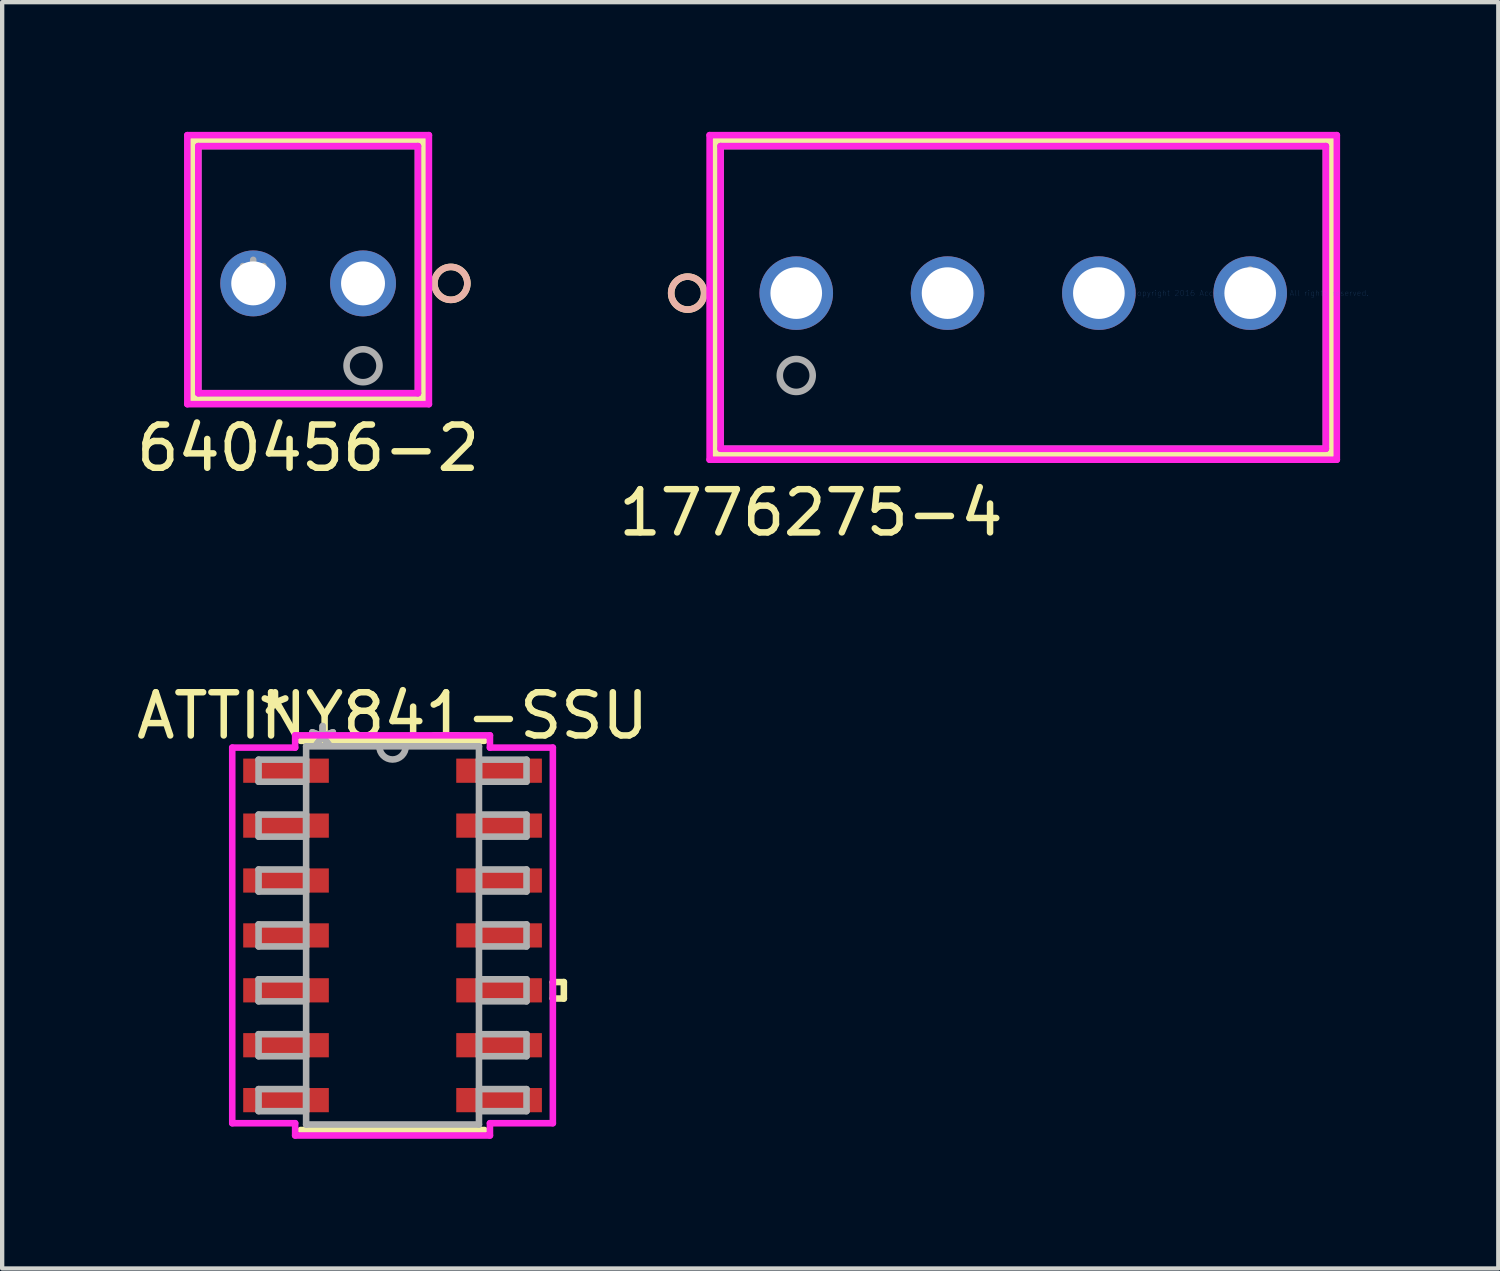
<source format=kicad_pcb>
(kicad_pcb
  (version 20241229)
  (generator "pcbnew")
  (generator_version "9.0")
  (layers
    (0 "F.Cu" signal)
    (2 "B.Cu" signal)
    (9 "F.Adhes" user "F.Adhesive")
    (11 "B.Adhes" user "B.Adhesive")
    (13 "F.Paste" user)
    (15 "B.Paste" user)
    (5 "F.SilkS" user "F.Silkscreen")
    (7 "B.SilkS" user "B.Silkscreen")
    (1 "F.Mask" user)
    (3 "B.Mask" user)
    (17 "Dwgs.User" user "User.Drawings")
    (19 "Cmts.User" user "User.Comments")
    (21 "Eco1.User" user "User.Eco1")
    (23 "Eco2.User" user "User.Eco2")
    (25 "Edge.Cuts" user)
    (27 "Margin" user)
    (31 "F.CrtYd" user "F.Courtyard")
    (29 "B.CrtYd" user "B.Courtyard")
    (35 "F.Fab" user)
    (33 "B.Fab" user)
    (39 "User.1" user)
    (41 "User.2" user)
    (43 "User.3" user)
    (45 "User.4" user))
  (footprint "640456-2"
    (layer "F.Cu")
    (at 2.807 3.505)
    (property "Reference" "640456-2" (at 1.27 3.81 0) (layer "F.SilkS") (effects (font (size 1 1) (thickness 0.15))))
    (attr through_hole)
    (fp_line (start -1.397 -3.302) (end -1.397 2.667) (stroke (width 0.152) (type solid)) (layer "F.SilkS"))
    (fp_line (start -1.397 2.667) (end 3.937 2.667) (stroke (width 0.152) (type solid)) (layer "F.SilkS"))
    (fp_line (start 3.937 -3.302) (end -1.397 -3.302) (stroke (width 0.152) (type solid)) (layer "F.SilkS"))
    (fp_line (start 3.937 2.667) (end 3.937 -3.302) (stroke (width 0.152) (type solid)) (layer "F.SilkS"))
    (fp_circle (center 4.572 0) (end 4.953 0) (stroke (width 0.152) (type solid)) (fill no) (layer "F.SilkS"))
    (fp_circle (center 4.572 0) (end 4.953 0) (stroke (width 0.152) (type solid)) (fill no) (layer "B.SilkS"))
    (fp_line (start -1.524 -3.429) (end -1.524 2.794) (stroke (width 0.152) (type solid)) (layer "F.CrtYd"))
    (fp_line (start -1.524 2.794) (end 4.064 2.794) (stroke (width 0.152) (type solid)) (layer "F.CrtYd"))
    (fp_line (start -1.27 -3.175) (end -1.27 2.54) (stroke (width 0.152) (type solid)) (layer "F.CrtYd"))
    (fp_line (start -1.27 2.54) (end 3.81 2.54) (stroke (width 0.152) (type solid)) (layer "F.CrtYd"))
    (fp_line (start 3.81 -3.175) (end -1.27 -3.175) (stroke (width 0.152) (type solid)) (layer "F.CrtYd"))
    (fp_line (start 3.81 2.54) (end 3.81 -3.175) (stroke (width 0.152) (type solid)) (layer "F.CrtYd"))
    (fp_line (start 4.064 -3.429) (end -1.524 -3.429) (stroke (width 0.152) (type solid)) (layer "F.CrtYd"))
    (fp_line (start 4.064 2.794) (end 4.064 -3.429) (stroke (width 0.152) (type solid)) (layer "F.CrtYd"))
    (fp_line (start -1.27 -3.175) (end -1.27 2.54) (stroke (width 0.152) (type solid)) (layer "F.Fab"))
    (fp_line (start -1.27 2.54) (end 3.81 2.54) (stroke (width 0.152) (type solid)) (layer "F.Fab"))
    (fp_line (start 3.81 -3.175) (end -1.27 -3.175) (stroke (width 0.152) (type solid)) (layer "F.Fab"))
    (fp_line (start 3.81 2.54) (end 3.81 -3.175) (stroke (width 0.152) (type solid)) (layer "F.Fab"))
    (fp_circle (center 2.54 1.905) (end 2.921 1.905) (stroke (width 0.152) (type solid)) (fill no) (layer "F.Fab"))
    (fp_text user "*" (at 0 0 0) (layer "F.Fab") (effects (font (size 1 1) (thickness 0.15))))
    (pad "1" thru_hole circle (at 2.54 0) (size 1.524 1.524) (drill 1.016) (layers "*.Cu" "*.Mask"))
    (pad "2" thru_hole circle (at 0 0) (size 1.524 1.524) (drill 1.016) (layers "*.Cu" "*.Mask")))
  (footprint "ATTINY841-SSU"
    (layer "F.Cu")
    (at 6.03 18.587)
    (property "Reference" "ATTINY841-SSU" (at 0 -5.08 0) (layer "F.SilkS") (effects (font (size 1 1) (thickness 0.15))))
    (attr through_hole)
    (fp_line (start -2.126 4.501) (end 2.126 4.501) (stroke (width 0.152) (type solid)) (layer "F.SilkS"))
    (fp_line (start 2.126 -4.501) (end -2.126 -4.501) (stroke (width 0.152) (type solid)) (layer "F.SilkS"))
    (fp_line (start 3.708 1.079) (end 3.962 1.079) (stroke (width 0.152) (type solid)) (layer "F.SilkS"))
    (fp_line (start 3.708 1.46) (end 3.708 1.079) (stroke (width 0.152) (type solid)) (layer "F.SilkS"))
    (fp_line (start 3.962 1.079) (end 3.962 1.46) (stroke (width 0.152) (type solid)) (layer "F.SilkS"))
    (fp_line (start 3.962 1.46) (end 3.708 1.46) (stroke (width 0.152) (type solid)) (layer "F.SilkS"))
    (fp_line (start -3.708 -4.344) (end -2.253 -4.344) (stroke (width 0.152) (type solid)) (layer "F.CrtYd"))
    (fp_line (start -3.708 4.344) (end -3.708 -4.344) (stroke (width 0.152) (type solid)) (layer "F.CrtYd"))
    (fp_line (start -2.253 -4.628) (end 2.253 -4.628) (stroke (width 0.152) (type solid)) (layer "F.CrtYd"))
    (fp_line (start -2.253 -4.344) (end -2.253 -4.628) (stroke (width 0.152) (type solid)) (layer "F.CrtYd"))
    (fp_line (start -2.253 4.344) (end -3.708 4.344) (stroke (width 0.152) (type solid)) (layer "F.CrtYd"))
    (fp_line (start -2.253 4.628) (end -2.253 4.344) (stroke (width 0.152) (type solid)) (layer "F.CrtYd"))
    (fp_line (start 2.253 -4.628) (end 2.253 -4.344) (stroke (width 0.152) (type solid)) (layer "F.CrtYd"))
    (fp_line (start 2.253 -4.344) (end 3.708 -4.344) (stroke (width 0.152) (type solid)) (layer "F.CrtYd"))
    (fp_line (start 2.253 4.344) (end 2.253 4.628) (stroke (width 0.152) (type solid)) (layer "F.CrtYd"))
    (fp_line (start 2.253 4.628) (end -2.253 4.628) (stroke (width 0.152) (type solid)) (layer "F.CrtYd"))
    (fp_line (start 3.708 -4.344) (end 3.708 4.344) (stroke (width 0.152) (type solid)) (layer "F.CrtYd"))
    (fp_line (start 3.708 4.344) (end 2.253 4.344) (stroke (width 0.152) (type solid)) (layer "F.CrtYd"))
    (fp_line (start -3.099 -4.065) (end -3.099 -3.555) (stroke (width 0.152) (type solid)) (layer "F.Fab"))
    (fp_line (start -3.099 -3.555) (end -1.999 -3.555) (stroke (width 0.152) (type solid)) (layer "F.Fab"))
    (fp_line (start -3.099 -2.795) (end -3.099 -2.285) (stroke (width 0.152) (type solid)) (layer "F.Fab"))
    (fp_line (start -3.099 -2.285) (end -1.999 -2.285) (stroke (width 0.152) (type solid)) (layer "F.Fab"))
    (fp_line (start -3.099 -1.525) (end -3.099 -1.015) (stroke (width 0.152) (type solid)) (layer "F.Fab"))
    (fp_line (start -3.099 -1.015) (end -1.999 -1.015) (stroke (width 0.152) (type solid)) (layer "F.Fab"))
    (fp_line (start -3.099 -0.255) (end -3.099 0.255) (stroke (width 0.152) (type solid)) (layer "F.Fab"))
    (fp_line (start -3.099 0.255) (end -1.999 0.255) (stroke (width 0.152) (type solid)) (layer "F.Fab"))
    (fp_line (start -3.099 1.015) (end -3.099 1.525) (stroke (width 0.152) (type solid)) (layer "F.Fab"))
    (fp_line (start -3.099 1.525) (end -1.999 1.525) (stroke (width 0.152) (type solid)) (layer "F.Fab"))
    (fp_line (start -3.099 2.285) (end -3.099 2.795) (stroke (width 0.152) (type solid)) (layer "F.Fab"))
    (fp_line (start -3.099 2.795) (end -1.999 2.795) (stroke (width 0.152) (type solid)) (layer "F.Fab"))
    (fp_line (start -3.099 3.555) (end -3.099 4.065) (stroke (width 0.152) (type solid)) (layer "F.Fab"))
    (fp_line (start -3.099 4.065) (end -1.999 4.065) (stroke (width 0.152) (type solid)) (layer "F.Fab"))
    (fp_line (start -1.999 -4.374) (end -1.999 4.374) (stroke (width 0.152) (type solid)) (layer "F.Fab"))
    (fp_line (start -1.999 -4.065) (end -3.099 -4.065) (stroke (width 0.152) (type solid)) (layer "F.Fab"))
    (fp_line (start -1.999 -3.555) (end -1.999 -4.065) (stroke (width 0.152) (type solid)) (layer "F.Fab"))
    (fp_line (start -1.999 -2.795) (end -3.099 -2.795) (stroke (width 0.152) (type solid)) (layer "F.Fab"))
    (fp_line (start -1.999 -2.285) (end -1.999 -2.795) (stroke (width 0.152) (type solid)) (layer "F.Fab"))
    (fp_line (start -1.999 -1.525) (end -3.099 -1.525) (stroke (width 0.152) (type solid)) (layer "F.Fab"))
    (fp_line (start -1.999 -1.015) (end -1.999 -1.525) (stroke (width 0.152) (type solid)) (layer "F.Fab"))
    (fp_line (start -1.999 -0.255) (end -3.099 -0.255) (stroke (width 0.152) (type solid)) (layer "F.Fab"))
    (fp_line (start -1.999 0.255) (end -1.999 -0.255) (stroke (width 0.152) (type solid)) (layer "F.Fab"))
    (fp_line (start -1.999 1.015) (end -3.099 1.015) (stroke (width 0.152) (type solid)) (layer "F.Fab"))
    (fp_line (start -1.999 1.525) (end -1.999 1.015) (stroke (width 0.152) (type solid)) (layer "F.Fab"))
    (fp_line (start -1.999 2.285) (end -3.099 2.285) (stroke (width 0.152) (type solid)) (layer "F.Fab"))
    (fp_line (start -1.999 2.795) (end -1.999 2.285) (stroke (width 0.152) (type solid)) (layer "F.Fab"))
    (fp_line (start -1.999 3.555) (end -3.099 3.555) (stroke (width 0.152) (type solid)) (layer "F.Fab"))
    (fp_line (start -1.999 4.065) (end -1.999 3.555) (stroke (width 0.152) (type solid)) (layer "F.Fab"))
    (fp_line (start -1.999 4.374) (end 1.999 4.374) (stroke (width 0.152) (type solid)) (layer "F.Fab"))
    (fp_line (start 1.999 -4.374) (end -1.999 -4.374) (stroke (width 0.152) (type solid)) (layer "F.Fab"))
    (fp_line (start 1.999 -4.065) (end 1.999 -3.555) (stroke (width 0.152) (type solid)) (layer "F.Fab"))
    (fp_line (start 1.999 -3.555) (end 3.099 -3.555) (stroke (width 0.152) (type solid)) (layer "F.Fab"))
    (fp_line (start 1.999 -2.795) (end 1.999 -2.285) (stroke (width 0.152) (type solid)) (layer "F.Fab"))
    (fp_line (start 1.999 -2.285) (end 3.099 -2.285) (stroke (width 0.152) (type solid)) (layer "F.Fab"))
    (fp_line (start 1.999 -1.525) (end 1.999 -1.015) (stroke (width 0.152) (type solid)) (layer "F.Fab"))
    (fp_line (start 1.999 -1.015) (end 3.099 -1.015) (stroke (width 0.152) (type solid)) (layer "F.Fab"))
    (fp_line (start 1.999 -0.255) (end 1.999 0.255) (stroke (width 0.152) (type solid)) (layer "F.Fab"))
    (fp_line (start 1.999 0.255) (end 3.099 0.255) (stroke (width 0.152) (type solid)) (layer "F.Fab"))
    (fp_line (start 1.999 1.015) (end 1.999 1.525) (stroke (width 0.152) (type solid)) (layer "F.Fab"))
    (fp_line (start 1.999 1.525) (end 3.099 1.525) (stroke (width 0.152) (type solid)) (layer "F.Fab"))
    (fp_line (start 1.999 2.285) (end 1.999 2.795) (stroke (width 0.152) (type solid)) (layer "F.Fab"))
    (fp_line (start 1.999 2.795) (end 3.099 2.795) (stroke (width 0.152) (type solid)) (layer "F.Fab"))
    (fp_line (start 1.999 3.555) (end 1.999 4.065) (stroke (width 0.152) (type solid)) (layer "F.Fab"))
    (fp_line (start 1.999 4.065) (end 3.099 4.065) (stroke (width 0.152) (type solid)) (layer "F.Fab"))
    (fp_line (start 1.999 4.374) (end 1.999 -4.374) (stroke (width 0.152) (type solid)) (layer "F.Fab"))
    (fp_line (start 3.099 -4.065) (end 1.999 -4.065) (stroke (width 0.152) (type solid)) (layer "F.Fab"))
    (fp_line (start 3.099 -3.555) (end 3.099 -4.065) (stroke (width 0.152) (type solid)) (layer "F.Fab"))
    (fp_line (start 3.099 -2.795) (end 1.999 -2.795) (stroke (width 0.152) (type solid)) (layer "F.Fab"))
    (fp_line (start 3.099 -2.285) (end 3.099 -2.795) (stroke (width 0.152) (type solid)) (layer "F.Fab"))
    (fp_line (start 3.099 -1.525) (end 1.999 -1.525) (stroke (width 0.152) (type solid)) (layer "F.Fab"))
    (fp_line (start 3.099 -1.015) (end 3.099 -1.525) (stroke (width 0.152) (type solid)) (layer "F.Fab"))
    (fp_line (start 3.099 -0.255) (end 1.999 -0.255) (stroke (width 0.152) (type solid)) (layer "F.Fab"))
    (fp_line (start 3.099 0.255) (end 3.099 -0.255) (stroke (width 0.152) (type solid)) (layer "F.Fab"))
    (fp_line (start 3.099 1.015) (end 1.999 1.015) (stroke (width 0.152) (type solid)) (layer "F.Fab"))
    (fp_line (start 3.099 1.525) (end 3.099 1.015) (stroke (width 0.152) (type solid)) (layer "F.Fab"))
    (fp_line (start 3.099 2.285) (end 1.999 2.285) (stroke (width 0.152) (type solid)) (layer "F.Fab"))
    (fp_line (start 3.099 2.795) (end 3.099 2.285) (stroke (width 0.152) (type solid)) (layer "F.Fab"))
    (fp_line (start 3.099 3.555) (end 1.999 3.555) (stroke (width 0.152) (type solid)) (layer "F.Fab"))
    (fp_line (start 3.099 4.065) (end 3.099 3.555) (stroke (width 0.152) (type solid)) (layer "F.Fab"))
    (fp_arc (start 0.3048 -4.37388) (mid 0 -4.06908) (end -0.3048 -4.37388) (stroke (width 0.1524) (type solid)) (layer "F.Fab"))
    (fp_text user "*" (at -2.718 -5.08 0) (layer "F.SilkS") (effects (font (size 1 1) (thickness 0.15))))
    (fp_text user "*" (at -1.618 -4.298 0) (layer "F.Fab") (effects (font (size 1 1) (thickness 0.15))))
    (fp_text user "*" (at -1.618 -4.298 0) (layer "F.Fab") (effects (font (size 1 1) (thickness 0.15))))
    (pad "1" smd rect (at -2.464 -3.81) (size 1.981 0.56) (layers "F.Cu" "F.Mask" "F.Paste"))
    (pad "2" smd rect (at -2.464 -2.54) (size 1.981 0.56) (layers "F.Cu" "F.Mask" "F.Paste"))
    (pad "3" smd rect (at -2.464 -1.27) (size 1.981 0.56) (layers "F.Cu" "F.Mask" "F.Paste"))
    (pad "4" smd rect (at -2.464 0) (size 1.981 0.56) (layers "F.Cu" "F.Mask" "F.Paste"))
    (pad "5" smd rect (at -2.464 1.27) (size 1.981 0.56) (layers "F.Cu" "F.Mask" "F.Paste"))
    (pad "6" smd rect (at -2.464 2.54) (size 1.981 0.56) (layers "F.Cu" "F.Mask" "F.Paste"))
    (pad "7" smd rect (at -2.464 3.81) (size 1.981 0.56) (layers "F.Cu" "F.Mask" "F.Paste"))
    (pad "8" smd rect (at 2.464 3.81) (size 1.981 0.56) (layers "F.Cu" "F.Mask" "F.Paste"))
    (pad "9" smd rect (at 2.464 2.54) (size 1.981 0.56) (layers "F.Cu" "F.Mask" "F.Paste"))
    (pad "10" smd rect (at 2.464 1.27) (size 1.981 0.56) (layers "F.Cu" "F.Mask" "F.Paste"))
    (pad "11" smd rect (at 2.464 0) (size 1.981 0.56) (layers "F.Cu" "F.Mask" "F.Paste"))
    (pad "12" smd rect (at 2.464 -1.27) (size 1.981 0.56) (layers "F.Cu" "F.Mask" "F.Paste"))
    (pad "13" smd rect (at 2.464 -2.54) (size 1.981 0.56) (layers "F.Cu" "F.Mask" "F.Paste"))
    (pad "14" smd rect (at 2.464 -3.81) (size 1.981 0.56) (layers "F.Cu" "F.Mask" "F.Paste")))
  (footprint "1776275-4"
    (layer "F.Cu")
    (at 25.868 3.73)
    (property "Reference" "1776275-4" (at -10.16 5.08 0) (layer "F.SilkS") (effects (font (size 1 1) (thickness 0.15))))
    (attr through_hole)
    (fp_line (start -12.377 -3.527) (end -12.377 3.727) (stroke (width 0.152) (type solid)) (layer "F.SilkS"))
    (fp_line (start -12.377 3.727) (end 1.877 3.727) (stroke (width 0.152) (type solid)) (layer "F.SilkS"))
    (fp_line (start 1.877 -3.527) (end -12.377 -3.527) (stroke (width 0.152) (type solid)) (layer "F.SilkS"))
    (fp_line (start 1.877 3.727) (end 1.877 -3.527) (stroke (width 0.152) (type solid)) (layer "F.SilkS"))
    (fp_circle (center -13.012 0) (end -12.631 0) (stroke (width 0.152) (type solid)) (fill no) (layer "F.SilkS"))
    (fp_circle (center -13.012 0) (end -12.631 0) (stroke (width 0.152) (type solid)) (fill no) (layer "B.SilkS"))
    (fp_line (start -12.504 -3.654) (end -12.504 3.854) (stroke (width 0.152) (type solid)) (layer "F.CrtYd"))
    (fp_line (start -12.504 3.854) (end 2.004 3.854) (stroke (width 0.152) (type solid)) (layer "F.CrtYd"))
    (fp_line (start -12.25 -3.4) (end -12.25 3.6) (stroke (width 0.152) (type solid)) (layer "F.CrtYd"))
    (fp_line (start -12.25 3.6) (end 1.75 3.6) (stroke (width 0.152) (type solid)) (layer "F.CrtYd"))
    (fp_line (start 1.75 -3.4) (end -12.25 -3.4) (stroke (width 0.152) (type solid)) (layer "F.CrtYd"))
    (fp_line (start 1.75 3.6) (end 1.75 -3.4) (stroke (width 0.152) (type solid)) (layer "F.CrtYd"))
    (fp_line (start 2.004 -3.654) (end -12.504 -3.654) (stroke (width 0.152) (type solid)) (layer "F.CrtYd"))
    (fp_line (start 2.004 3.854) (end 2.004 -3.654) (stroke (width 0.152) (type solid)) (layer "F.CrtYd"))
    (fp_line (start -12.25 -3.4) (end -12.25 3.6) (stroke (width 0.152) (type solid)) (layer "F.Fab"))
    (fp_line (start -12.25 3.6) (end 1.75 3.6) (stroke (width 0.152) (type solid)) (layer "F.Fab"))
    (fp_line (start 1.75 -3.4) (end -12.25 -3.4) (stroke (width 0.152) (type solid)) (layer "F.Fab"))
    (fp_line (start 1.75 3.6) (end 1.75 -3.4) (stroke (width 0.152) (type solid)) (layer "F.Fab"))
    (fp_circle (center -10.5 1.905) (end -10.119 1.905) (stroke (width 0.152) (type solid)) (fill no) (layer "F.Fab"))
    (fp_text user "Copyright 2016 Accelerated Designs. All rights reserved." (at 0 0 0) (layer "Cmts.User") (effects (font (size 0.127 0.127) (thickness 0.002))))
    (fp_text user "*" (at 0 0 0) (layer "F.Fab") (effects (font (size 1 1) (thickness 0.15))))
    (pad "1" thru_hole circle (at -10.5 0) (size 1.702 1.702) (drill 1.194) (layers "*.Cu" "*.Mask"))
    (pad "2" thru_hole circle (at -7 0) (size 1.702 1.702) (drill 1.194) (layers "*.Cu" "*.Mask"))
    (pad "3" thru_hole circle (at -3.5 0) (size 1.702 1.702) (drill 1.194) (layers "*.Cu" "*.Mask"))
    (pad "4" thru_hole circle (at 0.000001 0) (size 1.702 1.702) (drill 1.194) (layers "*.Cu" "*.Mask")))
  (gr_rect
    (start -3 -3)
    (end 31.607 26.291)
    (stroke (width 0.1) (type default))
    (fill no)
    (layer "Edge.Cuts")))
</source>
